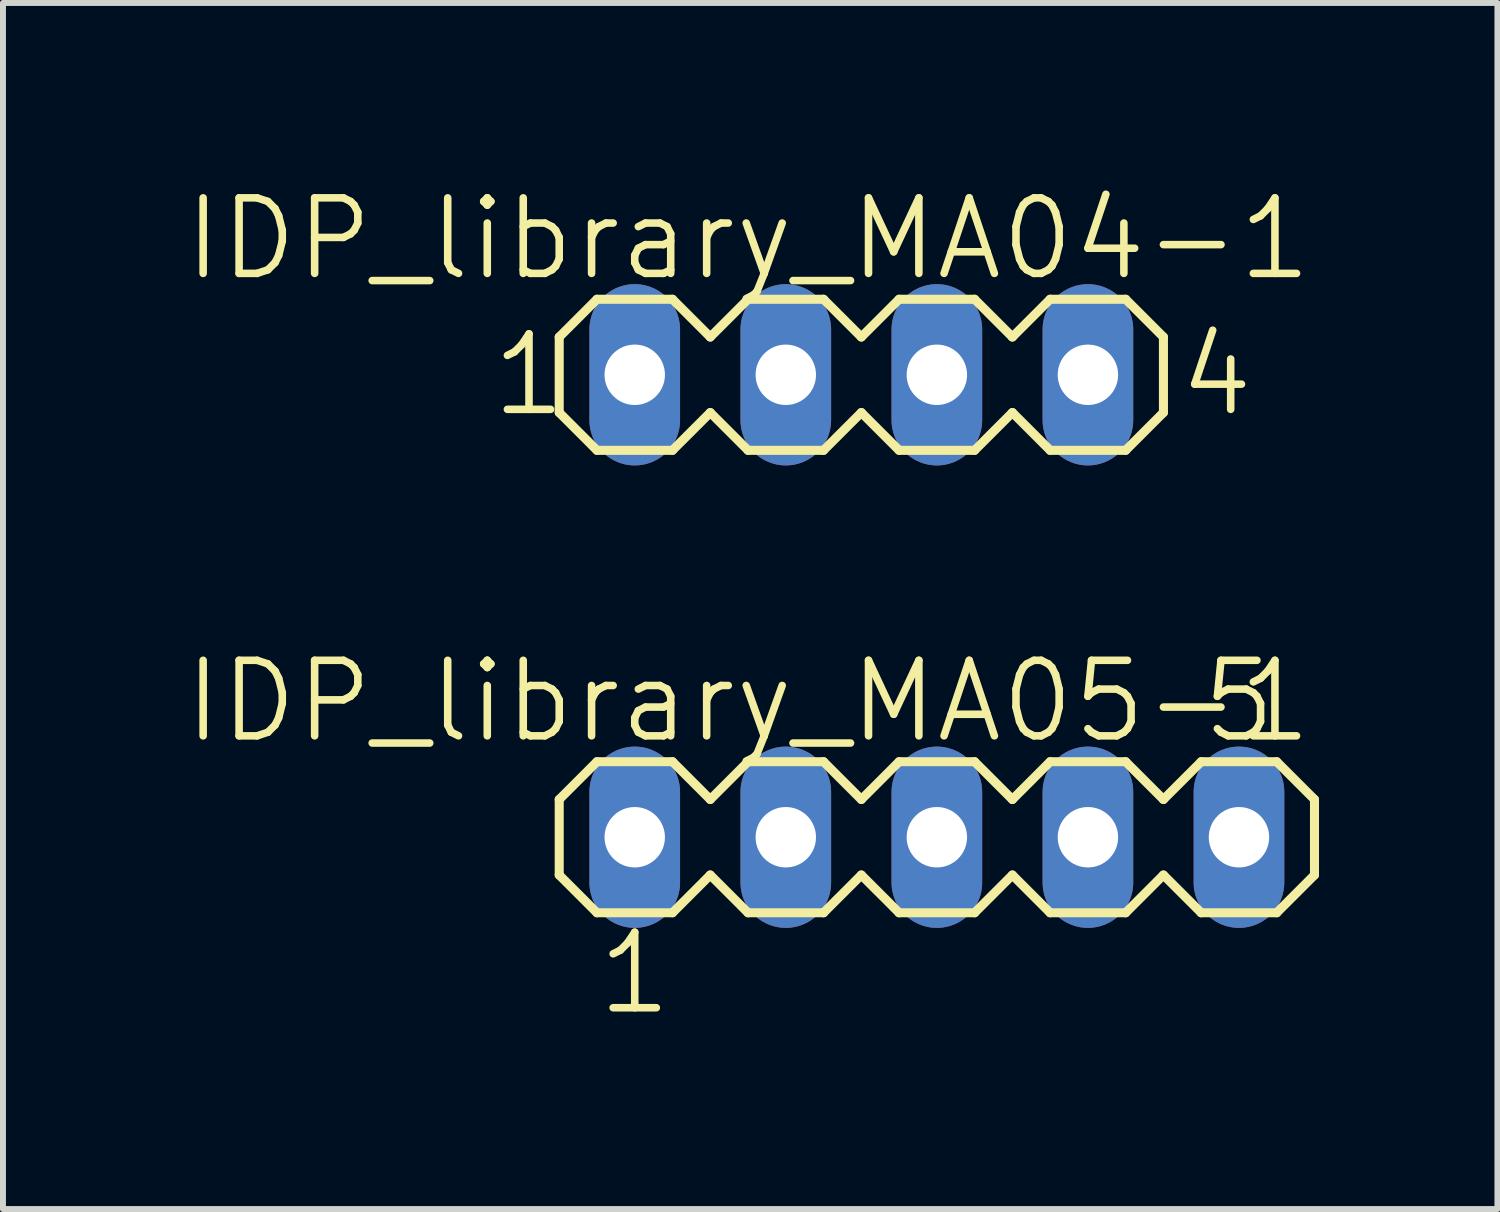
<source format=kicad_pcb>
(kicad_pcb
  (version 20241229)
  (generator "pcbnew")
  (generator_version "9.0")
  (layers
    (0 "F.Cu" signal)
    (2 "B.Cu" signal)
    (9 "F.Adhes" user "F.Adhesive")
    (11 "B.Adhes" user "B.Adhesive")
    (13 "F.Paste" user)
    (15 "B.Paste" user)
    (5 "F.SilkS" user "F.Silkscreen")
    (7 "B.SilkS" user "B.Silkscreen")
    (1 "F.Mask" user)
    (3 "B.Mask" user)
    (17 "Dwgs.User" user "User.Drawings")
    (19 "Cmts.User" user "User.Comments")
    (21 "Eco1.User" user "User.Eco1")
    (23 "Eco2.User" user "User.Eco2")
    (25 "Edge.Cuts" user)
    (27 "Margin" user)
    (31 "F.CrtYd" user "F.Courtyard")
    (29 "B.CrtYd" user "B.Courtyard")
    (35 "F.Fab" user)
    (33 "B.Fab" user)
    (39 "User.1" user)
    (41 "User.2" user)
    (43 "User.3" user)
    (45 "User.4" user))
  (footprint "IDP_library_MA04-1"
    (layer "F.Cu")
    (at 11.433 3.252)
    (property "Reference" "IDP_library_MA04-1" (at -1.905 -2.286 0) (layer "F.SilkS") (effects (font (size 1.27 1.27) (thickness 0.127))))
    (attr exclude_from_pos_files exclude_from_bom)
    (fp_line (start -5.08 -0.635) (end -5.08 0.635) (stroke (width 0.152) (type solid)) (layer "F.SilkS"))
    (fp_line (start -5.08 0.635) (end -4.445 1.27) (stroke (width 0.152) (type solid)) (layer "F.SilkS"))
    (fp_line (start -4.445 -1.27) (end -5.08 -0.635) (stroke (width 0.152) (type solid)) (layer "F.SilkS"))
    (fp_line (start -4.445 -1.27) (end -3.175 -1.27) (stroke (width 0.152) (type solid)) (layer "F.SilkS"))
    (fp_line (start -3.175 -1.27) (end -2.54 -0.635) (stroke (width 0.152) (type solid)) (layer "F.SilkS"))
    (fp_line (start -3.175 1.27) (end -4.445 1.27) (stroke (width 0.152) (type solid)) (layer "F.SilkS"))
    (fp_line (start -2.54 -0.635) (end -1.905 -1.27) (stroke (width 0.152) (type solid)) (layer "F.SilkS"))
    (fp_line (start -2.54 0.635) (end -3.175 1.27) (stroke (width 0.152) (type solid)) (layer "F.SilkS"))
    (fp_line (start -1.905 -1.27) (end -0.635 -1.27) (stroke (width 0.152) (type solid)) (layer "F.SilkS"))
    (fp_line (start -1.905 1.27) (end -2.54 0.635) (stroke (width 0.152) (type solid)) (layer "F.SilkS"))
    (fp_line (start -0.635 -1.27) (end 0 -0.635) (stroke (width 0.152) (type solid)) (layer "F.SilkS"))
    (fp_line (start -0.635 1.27) (end -1.905 1.27) (stroke (width 0.152) (type solid)) (layer "F.SilkS"))
    (fp_line (start 0 -0.635) (end 0.635 -1.27) (stroke (width 0.152) (type solid)) (layer "F.SilkS"))
    (fp_line (start 0 0.635) (end -0.635 1.27) (stroke (width 0.152) (type solid)) (layer "F.SilkS"))
    (fp_line (start 0.635 -1.27) (end 1.905 -1.27) (stroke (width 0.152) (type solid)) (layer "F.SilkS"))
    (fp_line (start 0.635 1.27) (end 0 0.635) (stroke (width 0.152) (type solid)) (layer "F.SilkS"))
    (fp_line (start 1.905 -1.27) (end 2.54 -0.635) (stroke (width 0.152) (type solid)) (layer "F.SilkS"))
    (fp_line (start 1.905 1.27) (end 0.635 1.27) (stroke (width 0.152) (type solid)) (layer "F.SilkS"))
    (fp_line (start 2.54 0.635) (end 1.905 1.27) (stroke (width 0.152) (type solid)) (layer "F.SilkS"))
    (fp_line (start 2.54 0.635) (end 3.175 1.27) (stroke (width 0.152) (type solid)) (layer "F.SilkS"))
    (fp_line (start 3.175 -1.27) (end 2.54 -0.635) (stroke (width 0.152) (type solid)) (layer "F.SilkS"))
    (fp_line (start 3.175 -1.27) (end 4.445 -1.27) (stroke (width 0.152) (type solid)) (layer "F.SilkS"))
    (fp_line (start 4.445 -1.27) (end 5.08 -0.635) (stroke (width 0.152) (type solid)) (layer "F.SilkS"))
    (fp_line (start 4.445 1.27) (end 3.175 1.27) (stroke (width 0.152) (type solid)) (layer "F.SilkS"))
    (fp_line (start 5.08 -0.635) (end 5.08 0.635) (stroke (width 0.152) (type solid)) (layer "F.SilkS"))
    (fp_line (start 5.08 0.635) (end 4.445 1.27) (stroke (width 0.152) (type solid)) (layer "F.SilkS"))
    (fp_line (start -4.064 -0.254) (end -3.556 -0.254) (stroke (width 0.066) (type solid)) (layer "Dwgs.User"))
    (fp_line (start -4.064 0.254) (end -4.064 -0.254) (stroke (width 0.066) (type solid)) (layer "Dwgs.User"))
    (fp_line (start -4.064 0.254) (end -3.556 0.254) (stroke (width 0.066) (type solid)) (layer "Dwgs.User"))
    (fp_line (start -3.556 0.254) (end -3.556 -0.254) (stroke (width 0.066) (type solid)) (layer "Dwgs.User"))
    (fp_line (start -1.524 -0.254) (end -1.016 -0.254) (stroke (width 0.066) (type solid)) (layer "Dwgs.User"))
    (fp_line (start -1.524 0.254) (end -1.524 -0.254) (stroke (width 0.066) (type solid)) (layer "Dwgs.User"))
    (fp_line (start -1.524 0.254) (end -1.016 0.254) (stroke (width 0.066) (type solid)) (layer "Dwgs.User"))
    (fp_line (start -1.016 0.254) (end -1.016 -0.254) (stroke (width 0.066) (type solid)) (layer "Dwgs.User"))
    (fp_line (start 1.016 -0.254) (end 1.524 -0.254) (stroke (width 0.066) (type solid)) (layer "Dwgs.User"))
    (fp_line (start 1.016 0.254) (end 1.016 -0.254) (stroke (width 0.066) (type solid)) (layer "Dwgs.User"))
    (fp_line (start 1.016 0.254) (end 1.524 0.254) (stroke (width 0.066) (type solid)) (layer "Dwgs.User"))
    (fp_line (start 1.524 0.254) (end 1.524 -0.254) (stroke (width 0.066) (type solid)) (layer "Dwgs.User"))
    (fp_line (start 3.556 -0.254) (end 4.064 -0.254) (stroke (width 0.066) (type solid)) (layer "Dwgs.User"))
    (fp_line (start 3.556 0.254) (end 3.556 -0.254) (stroke (width 0.066) (type solid)) (layer "Dwgs.User"))
    (fp_line (start 3.556 0.254) (end 4.064 0.254) (stroke (width 0.066) (type solid)) (layer "Dwgs.User"))
    (fp_line (start 4.064 0.254) (end 4.064 -0.254) (stroke (width 0.066) (type solid)) (layer "Dwgs.User"))
    (fp_text user "4" (at 5.969 0 0) (layer "F.SilkS") (effects (font (size 1.27 1.27) (thickness 0.127))))
    (fp_text user "1" (at -5.588 0 0) (layer "F.SilkS") (effects (font (size 1.27 1.27) (thickness 0.127))))
    (pad "1" thru_hole oval (at -3.81 0 180) (size 1.524 3.048) (drill 1.016) (layers "*.Cu" "*.Paste" "*.Mask"))
    (pad "2" thru_hole oval (at -1.27 0 180) (size 1.524 3.048) (drill 1.016) (layers "*.Cu" "*.Paste" "*.Mask"))
    (pad "3" thru_hole oval (at 1.27 0 180) (size 1.524 3.048) (drill 1.016) (layers "*.Cu" "*.Paste" "*.Mask"))
    (pad "4" thru_hole oval (at 3.81 0 180) (size 1.524 3.048) (drill 1.016) (layers "*.Cu" "*.Paste" "*.Mask")))
  (footprint "IDP_library_MA05-1"
    (layer "F.Cu")
    (at 12.703 11.028)
    (property "Reference" "IDP_library_MA05-1" (at -3.175 -2.286 0) (layer "F.SilkS") (effects (font (size 1.27 1.27) (thickness 0.127))))
    (attr exclude_from_pos_files exclude_from_bom)
    (fp_line (start -6.35 -0.635) (end -6.35 0.635) (stroke (width 0.152) (type solid)) (layer "F.SilkS"))
    (fp_line (start -6.35 0.635) (end -5.715 1.27) (stroke (width 0.152) (type solid)) (layer "F.SilkS"))
    (fp_line (start -5.715 -1.27) (end -6.35 -0.635) (stroke (width 0.152) (type solid)) (layer "F.SilkS"))
    (fp_line (start -5.715 -1.27) (end -4.445 -1.27) (stroke (width 0.152) (type solid)) (layer "F.SilkS"))
    (fp_line (start -4.445 -1.27) (end -3.81 -0.635) (stroke (width 0.152) (type solid)) (layer "F.SilkS"))
    (fp_line (start -4.445 1.27) (end -5.715 1.27) (stroke (width 0.152) (type solid)) (layer "F.SilkS"))
    (fp_line (start -3.81 -0.635) (end -3.175 -1.27) (stroke (width 0.152) (type solid)) (layer "F.SilkS"))
    (fp_line (start -3.81 0.635) (end -4.445 1.27) (stroke (width 0.152) (type solid)) (layer "F.SilkS"))
    (fp_line (start -3.175 -1.27) (end -1.905 -1.27) (stroke (width 0.152) (type solid)) (layer "F.SilkS"))
    (fp_line (start -3.175 1.27) (end -3.81 0.635) (stroke (width 0.152) (type solid)) (layer "F.SilkS"))
    (fp_line (start -1.905 -1.27) (end -1.27 -0.635) (stroke (width 0.152) (type solid)) (layer "F.SilkS"))
    (fp_line (start -1.905 1.27) (end -3.175 1.27) (stroke (width 0.152) (type solid)) (layer "F.SilkS"))
    (fp_line (start -1.27 -0.635) (end -0.635 -1.27) (stroke (width 0.152) (type solid)) (layer "F.SilkS"))
    (fp_line (start -1.27 0.635) (end -1.905 1.27) (stroke (width 0.152) (type solid)) (layer "F.SilkS"))
    (fp_line (start -0.635 -1.27) (end 0.635 -1.27) (stroke (width 0.152) (type solid)) (layer "F.SilkS"))
    (fp_line (start -0.635 1.27) (end -1.27 0.635) (stroke (width 0.152) (type solid)) (layer "F.SilkS"))
    (fp_line (start 0.635 -1.27) (end 1.27 -0.635) (stroke (width 0.152) (type solid)) (layer "F.SilkS"))
    (fp_line (start 0.635 1.27) (end -0.635 1.27) (stroke (width 0.152) (type solid)) (layer "F.SilkS"))
    (fp_line (start 1.27 0.635) (end 0.635 1.27) (stroke (width 0.152) (type solid)) (layer "F.SilkS"))
    (fp_line (start 1.27 0.635) (end 1.905 1.27) (stroke (width 0.152) (type solid)) (layer "F.SilkS"))
    (fp_line (start 1.905 -1.27) (end 1.27 -0.635) (stroke (width 0.152) (type solid)) (layer "F.SilkS"))
    (fp_line (start 1.905 -1.27) (end 3.175 -1.27) (stroke (width 0.152) (type solid)) (layer "F.SilkS"))
    (fp_line (start 3.175 -1.27) (end 3.81 -0.635) (stroke (width 0.152) (type solid)) (layer "F.SilkS"))
    (fp_line (start 3.175 1.27) (end 1.905 1.27) (stroke (width 0.152) (type solid)) (layer "F.SilkS"))
    (fp_line (start 3.81 -0.635) (end 4.445 -1.27) (stroke (width 0.152) (type solid)) (layer "F.SilkS"))
    (fp_line (start 3.81 0.635) (end 3.175 1.27) (stroke (width 0.152) (type solid)) (layer "F.SilkS"))
    (fp_line (start 4.445 -1.27) (end 5.715 -1.27) (stroke (width 0.152) (type solid)) (layer "F.SilkS"))
    (fp_line (start 4.445 1.27) (end 3.81 0.635) (stroke (width 0.152) (type solid)) (layer "F.SilkS"))
    (fp_line (start 5.715 -1.27) (end 6.35 -0.635) (stroke (width 0.152) (type solid)) (layer "F.SilkS"))
    (fp_line (start 5.715 1.27) (end 4.445 1.27) (stroke (width 0.152) (type solid)) (layer "F.SilkS"))
    (fp_line (start 6.35 -0.635) (end 6.35 0.635) (stroke (width 0.152) (type solid)) (layer "F.SilkS"))
    (fp_line (start 6.35 0.635) (end 5.715 1.27) (stroke (width 0.152) (type solid)) (layer "F.SilkS"))
    (fp_line (start -5.334 -0.254) (end -4.826 -0.254) (stroke (width 0.066) (type solid)) (layer "Dwgs.User"))
    (fp_line (start -5.334 0.254) (end -5.334 -0.254) (stroke (width 0.066) (type solid)) (layer "Dwgs.User"))
    (fp_line (start -5.334 0.254) (end -4.826 0.254) (stroke (width 0.066) (type solid)) (layer "Dwgs.User"))
    (fp_line (start -4.826 0.254) (end -4.826 -0.254) (stroke (width 0.066) (type solid)) (layer "Dwgs.User"))
    (fp_line (start -2.794 -0.254) (end -2.286 -0.254) (stroke (width 0.066) (type solid)) (layer "Dwgs.User"))
    (fp_line (start -2.794 0.254) (end -2.794 -0.254) (stroke (width 0.066) (type solid)) (layer "Dwgs.User"))
    (fp_line (start -2.794 0.254) (end -2.286 0.254) (stroke (width 0.066) (type solid)) (layer "Dwgs.User"))
    (fp_line (start -2.286 0.254) (end -2.286 -0.254) (stroke (width 0.066) (type solid)) (layer "Dwgs.User"))
    (fp_line (start -0.254 -0.254) (end 0.254 -0.254) (stroke (width 0.066) (type solid)) (layer "Dwgs.User"))
    (fp_line (start -0.254 0.254) (end -0.254 -0.254) (stroke (width 0.066) (type solid)) (layer "Dwgs.User"))
    (fp_line (start -0.254 0.254) (end 0.254 0.254) (stroke (width 0.066) (type solid)) (layer "Dwgs.User"))
    (fp_line (start 0.254 0.254) (end 0.254 -0.254) (stroke (width 0.066) (type solid)) (layer "Dwgs.User"))
    (fp_line (start 2.286 -0.254) (end 2.794 -0.254) (stroke (width 0.066) (type solid)) (layer "Dwgs.User"))
    (fp_line (start 2.286 0.254) (end 2.286 -0.254) (stroke (width 0.066) (type solid)) (layer "Dwgs.User"))
    (fp_line (start 2.286 0.254) (end 2.794 0.254) (stroke (width 0.066) (type solid)) (layer "Dwgs.User"))
    (fp_line (start 2.794 0.254) (end 2.794 -0.254) (stroke (width 0.066) (type solid)) (layer "Dwgs.User"))
    (fp_line (start 4.826 -0.254) (end 5.334 -0.254) (stroke (width 0.066) (type solid)) (layer "Dwgs.User"))
    (fp_line (start 4.826 0.254) (end 4.826 -0.254) (stroke (width 0.066) (type solid)) (layer "Dwgs.User"))
    (fp_line (start 4.826 0.254) (end 5.334 0.254) (stroke (width 0.066) (type solid)) (layer "Dwgs.User"))
    (fp_line (start 5.334 0.254) (end 5.334 -0.254) (stroke (width 0.066) (type solid)) (layer "Dwgs.User"))
    (fp_text user "1" (at -5.08 2.286 0) (layer "F.SilkS") (effects (font (size 1.27 1.27) (thickness 0.127))))
    (fp_text user "5" (at 5.08 -2.286 0) (layer "F.SilkS") (effects (font (size 1.27 1.27) (thickness 0.127))))
    (pad "1" thru_hole oval (at -5.08 0 180) (size 1.524 3.048) (drill 1.016) (layers "*.Cu" "*.Paste" "*.Mask"))
    (pad "2" thru_hole oval (at -2.54 0 180) (size 1.524 3.048) (drill 1.016) (layers "*.Cu" "*.Paste" "*.Mask"))
    (pad "3" thru_hole oval (at 0 0 180) (size 1.524 3.048) (drill 1.016) (layers "*.Cu" "*.Paste" "*.Mask"))
    (pad "4" thru_hole oval (at 2.54 0 180) (size 1.524 3.048) (drill 1.016) (layers "*.Cu" "*.Paste" "*.Mask"))
    (pad "5" thru_hole oval (at 5.08 0 180) (size 1.524 3.048) (drill 1.016) (layers "*.Cu" "*.Paste" "*.Mask")))
  (gr_rect
    (start -3 -3)
    (end 22.129 17.28)
    (stroke (width 0.1) (type default))
    (fill no)
    (layer "Edge.Cuts")))
</source>
